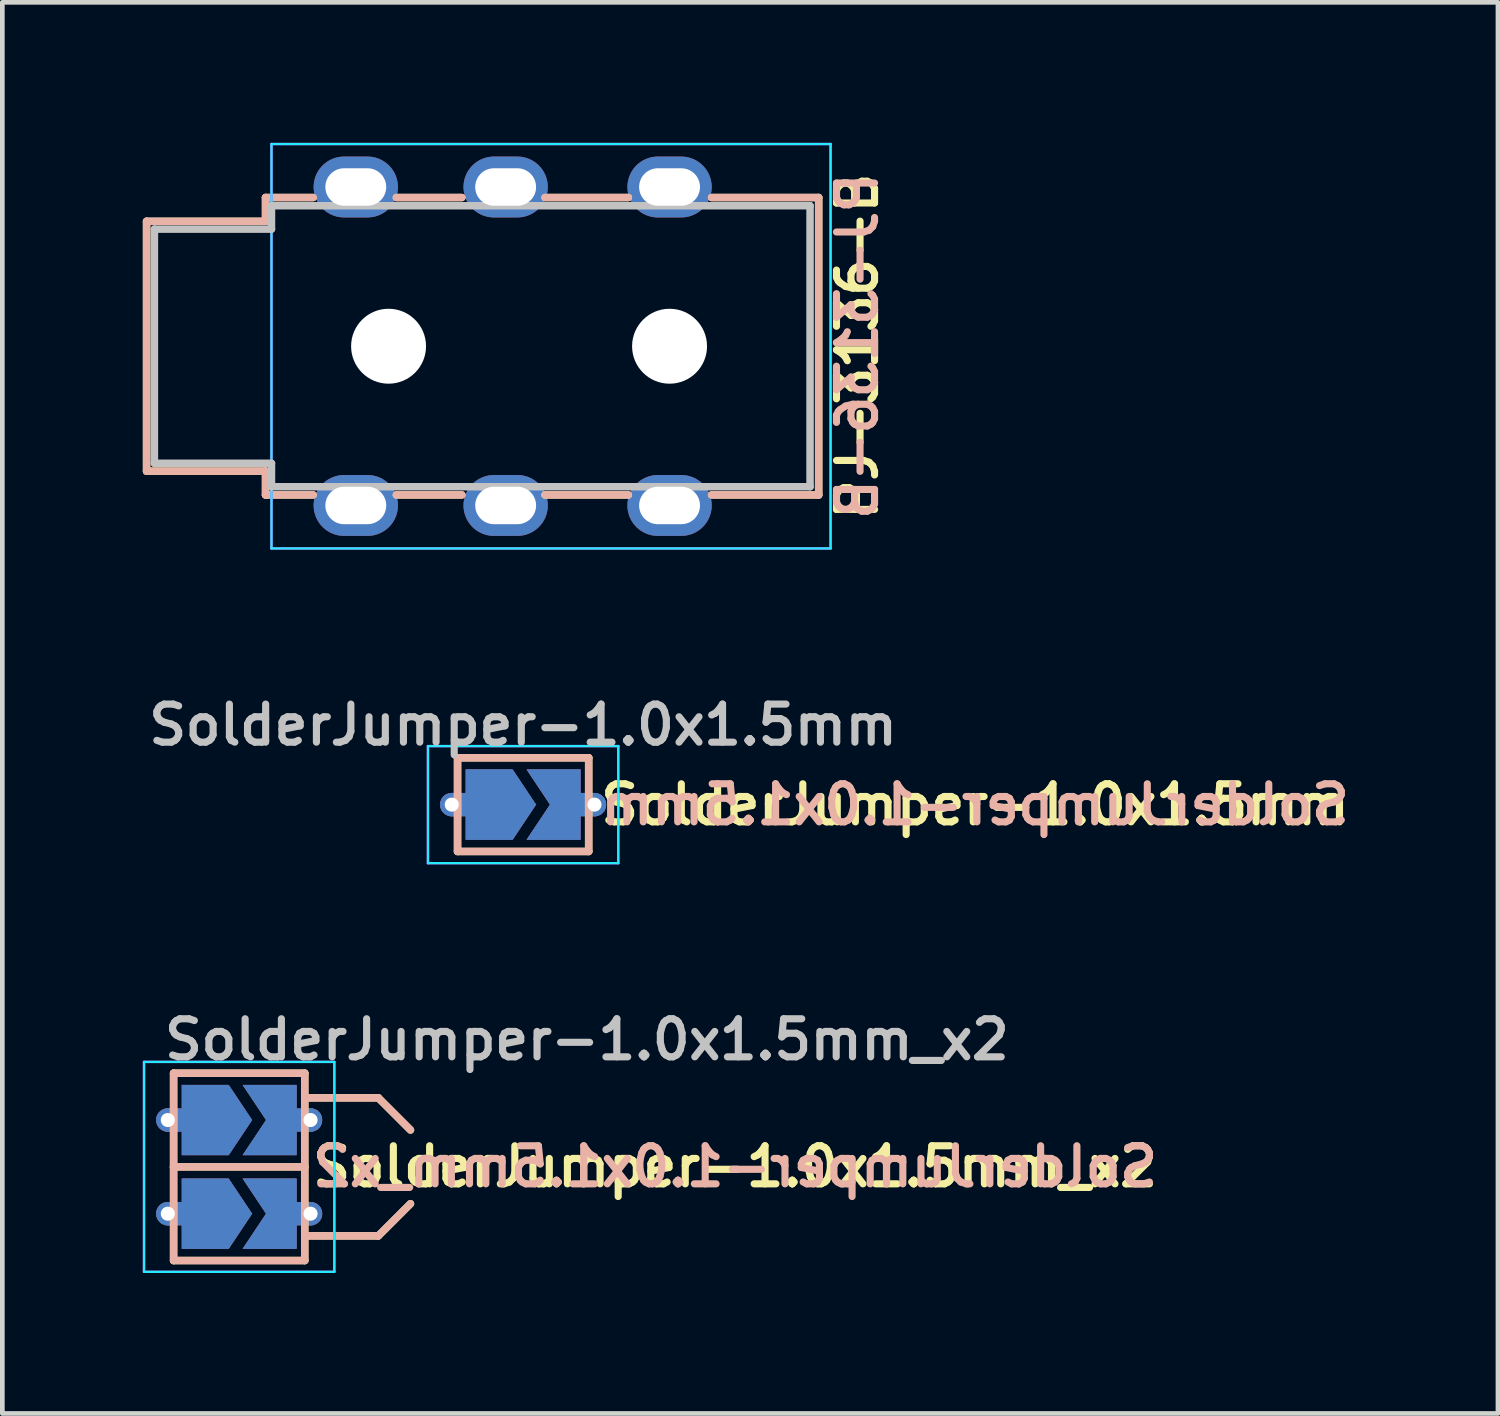
<source format=kicad_pcb>
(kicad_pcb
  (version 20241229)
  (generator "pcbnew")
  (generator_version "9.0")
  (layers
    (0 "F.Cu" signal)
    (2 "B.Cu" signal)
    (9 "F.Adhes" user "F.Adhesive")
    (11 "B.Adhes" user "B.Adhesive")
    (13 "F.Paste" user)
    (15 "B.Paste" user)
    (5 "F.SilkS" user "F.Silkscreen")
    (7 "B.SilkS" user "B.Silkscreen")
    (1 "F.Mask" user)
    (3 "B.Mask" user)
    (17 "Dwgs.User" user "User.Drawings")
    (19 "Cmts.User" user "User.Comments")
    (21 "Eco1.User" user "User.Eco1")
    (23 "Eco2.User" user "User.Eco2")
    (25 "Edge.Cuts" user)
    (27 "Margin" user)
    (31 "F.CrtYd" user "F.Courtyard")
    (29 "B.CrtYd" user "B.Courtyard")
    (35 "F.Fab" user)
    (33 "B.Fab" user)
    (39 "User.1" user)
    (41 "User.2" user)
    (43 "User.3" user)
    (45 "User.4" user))
  (footprint "SolderJumper-1.0x1.5mm_x2"
    (layer "F.Cu")
    (at 2.057 21.866)
    (property "Reference" "SolderJumper-1.0x1.5mm_x2" (at -1.676 -2.718 0) (layer "Dwgs.User") (effects (font (size 0.813 0.813) (thickness 0.152)) (justify left)))
    (property "Value" "SolderJumper-1.0x1.5mm_x2" (at 0 0 0) (layer "F.Fab") (hide yes) (effects (font (size 0.813 0.813) (thickness 0.152))))
    (attr exclude_from_pos_files exclude_from_bom)
    (fp_line (start -1.4 -2) (end 1.4 -2) (stroke (width 0.16) (type solid)) (layer "F.SilkS"))
    (fp_line (start -1.4 0) (end -1.4 -2) (stroke (width 0.16) (type solid)) (layer "F.SilkS"))
    (fp_line (start -1.4 0) (end 1.4 0) (stroke (width 0.16) (type solid)) (layer "F.SilkS"))
    (fp_line (start -1.4 2) (end -1.4 0) (stroke (width 0.16) (type solid)) (layer "F.SilkS"))
    (fp_line (start 1.4 -2) (end 1.4 0) (stroke (width 0.16) (type solid)) (layer "F.SilkS"))
    (fp_line (start 1.4 0) (end 1.4 2) (stroke (width 0.16) (type solid)) (layer "F.SilkS"))
    (fp_line (start 1.4 2) (end -1.4 2) (stroke (width 0.16) (type solid)) (layer "F.SilkS"))
    (fp_line (start 1.422 -1.473) (end 2.972 -1.473) (stroke (width 0.16) (type solid)) (layer "F.SilkS"))
    (fp_line (start 1.422 1.473) (end 2.972 1.473) (stroke (width 0.16) (type solid)) (layer "F.SilkS"))
    (fp_line (start 2.972 -1.473) (end 3.658 -0.787) (stroke (width 0.16) (type solid)) (layer "F.SilkS"))
    (fp_line (start 2.972 1.473) (end 3.658 0.787) (stroke (width 0.16) (type solid)) (layer "F.SilkS"))
    (fp_line (start -1.4 -2) (end 1.4 -2) (stroke (width 0.16) (type solid)) (layer "B.SilkS"))
    (fp_line (start -1.4 0) (end -1.4 -2) (stroke (width 0.16) (type solid)) (layer "B.SilkS"))
    (fp_line (start -1.4 0) (end 1.4 0) (stroke (width 0.16) (type solid)) (layer "B.SilkS"))
    (fp_line (start -1.4 2) (end -1.4 0) (stroke (width 0.16) (type solid)) (layer "B.SilkS"))
    (fp_line (start 1.4 -2) (end 1.4 0) (stroke (width 0.16) (type solid)) (layer "B.SilkS"))
    (fp_line (start 1.4 0) (end 1.4 2) (stroke (width 0.16) (type solid)) (layer "B.SilkS"))
    (fp_line (start 1.4 2) (end -1.4 2) (stroke (width 0.16) (type solid)) (layer "B.SilkS"))
    (fp_line (start 1.422 -1.473) (end 2.972 -1.473) (stroke (width 0.16) (type solid)) (layer "B.SilkS"))
    (fp_line (start 1.422 1.473) (end 2.972 1.473) (stroke (width 0.16) (type solid)) (layer "B.SilkS"))
    (fp_line (start 2.972 -1.473) (end 3.658 -0.787) (stroke (width 0.16) (type solid)) (layer "B.SilkS"))
    (fp_line (start 2.972 1.473) (end 3.658 0.787) (stroke (width 0.16) (type solid)) (layer "B.SilkS"))
    (fp_line (start -2.032 -2.241) (end -2.032 2.241) (stroke (width 0.05) (type solid)) (layer "B.CrtYd"))
    (fp_line (start -2.032 -2.241) (end 2.032 -2.241) (stroke (width 0.05) (type solid)) (layer "B.CrtYd"))
    (fp_line (start 2.032 2.241) (end -2.032 2.241) (stroke (width 0.05) (type solid)) (layer "B.CrtYd"))
    (fp_line (start 2.032 2.241) (end 2.032 -2.241) (stroke (width 0.05) (type solid)) (layer "B.CrtYd"))
    (fp_line (start -2.032 -2.241) (end -2.032 2.241) (stroke (width 0.05) (type solid)) (layer "F.CrtYd"))
    (fp_line (start -2.032 -2.241) (end 2.032 -2.241) (stroke (width 0.05) (type solid)) (layer "F.CrtYd"))
    (fp_line (start 2.032 2.241) (end -2.032 2.241) (stroke (width 0.05) (type solid)) (layer "F.CrtYd"))
    (fp_line (start 2.032 2.241) (end 2.032 -2.241) (stroke (width 0.05) (type solid)) (layer "F.CrtYd"))
    (fp_text user "${VALUE}" (at 1.489 -0.006 0) (layer "F.SilkS") (effects (font (size 0.813 0.813) (thickness 0.152)) (justify left)))
    (fp_text user "${VALUE}" (at 1.489 -0.006 0) (layer "B.SilkS") (effects (font (size 0.813 0.813) (thickness 0.152)) (justify right mirror)))
    (pad "1" thru_hole circle (at -1.524 -1) (size 0.5 0.5) (drill 0.3) (layers "*.Cu"))
    (pad "1" smd custom (at -0.725 -1) (size 0.01 0.01) (layers "F.Cu") (options (anchor rect)) (primitives (gr_poly (pts (xy -0.5 -0.75) (xy 0.5 -0.75) (xy 1 0) (xy 0.5 0.75) (xy -0.5 0.75)) (width 0) (fill yes)) (gr_line (start -0.799 0) (end -0.037 0) (width 0.5))))
    (pad "1" smd custom (at -0.725 -1) (size 0.01 0.01) (layers "F.Cu" "F.Mask") (options (anchor rect)) (primitives (gr_poly (pts (xy -0.5 -0.75) (xy 0.5 -0.75) (xy 1 0) (xy 0.5 0.75) (xy -0.5 0.75)) (width 0) (fill yes))))
    (pad "1" smd custom (at -0.725 -1) (size 0.01 0.01) (layers "B.Cu") (options (anchor rect)) (primitives (gr_poly (pts (xy -0.5 -0.75) (xy 0.5 -0.75) (xy 1 0) (xy 0.5 0.75) (xy -0.5 0.75)) (width 0) (fill yes)) (gr_line (start -0.799 0) (end -0.037 0) (width 0.5))))
    (pad "1" smd custom (at -0.725 -1) (size 0.01 0.01) (layers "B.Cu" "B.Mask") (options (anchor rect)) (primitives (gr_poly (pts (xy -0.5 -0.75) (xy 0.5 -0.75) (xy 1 0) (xy 0.5 0.75) (xy -0.5 0.75)) (width 0) (fill yes))))
    (pad "2" smd custom (at 0.725 -1) (size 0.01 0.01) (layers "F.Cu") (options (anchor rect)) (primitives (gr_poly (pts (xy -0.65 -0.75) (xy 0.5 -0.75) (xy 0.5 0.75) (xy -0.65 0.75) (xy -0.15 0)) (width 0) (fill yes)) (gr_line (start 0.799 0) (end 0.291 0) (width 0.5))))
    (pad "2" smd custom (at 0.725 -1) (size 0.01 0.01) (layers "F.Cu" "F.Mask") (options (anchor rect)) (primitives (gr_poly (pts (xy -0.65 -0.75) (xy 0.5 -0.75) (xy 0.5 0.75) (xy -0.65 0.75) (xy -0.15 0)) (width 0) (fill yes))))
    (pad "2" smd custom (at 0.725 -1) (size 0.01 0.01) (layers "B.Cu") (options (anchor rect)) (primitives (gr_poly (pts (xy -0.65 -0.75) (xy 0.5 -0.75) (xy 0.5 0.75) (xy -0.65 0.75) (xy -0.15 0)) (width 0) (fill yes)) (gr_line (start 0.799 0) (end 0.291 0) (width 0.5))))
    (pad "2" smd custom (at 0.725 -1) (size 0.01 0.01) (layers "B.Cu" "B.Mask") (options (anchor rect)) (primitives (gr_poly (pts (xy -0.65 -0.75) (xy 0.5 -0.75) (xy 0.5 0.75) (xy -0.65 0.75) (xy -0.15 0)) (width 0) (fill yes))))
    (pad "2" thru_hole circle (at 1.524 -1) (size 0.5 0.5) (drill 0.3) (layers "*.Cu"))
    (pad "3" thru_hole circle (at -1.524 1) (size 0.5 0.5) (drill 0.3) (layers "*.Cu"))
    (pad "3" smd custom (at -0.725 1) (size 0.01 0.01) (layers "F.Cu") (options (anchor rect)) (primitives (gr_poly (pts (xy -0.5 -0.75) (xy 0.5 -0.75) (xy 1 0) (xy 0.5 0.75) (xy -0.5 0.75)) (width 0) (fill yes)) (gr_line (start -0.799 0) (end -0.037 0) (width 0.5))))
    (pad "3" smd custom (at -0.725 1) (size 0.01 0.01) (layers "F.Cu" "F.Mask") (options (anchor rect)) (primitives (gr_poly (pts (xy -0.5 -0.75) (xy 0.5 -0.75) (xy 1 0) (xy 0.5 0.75) (xy -0.5 0.75)) (width 0) (fill yes))))
    (pad "3" smd custom (at -0.725 1) (size 0.01 0.01) (layers "B.Cu") (options (anchor rect)) (primitives (gr_poly (pts (xy -0.5 -0.75) (xy 0.5 -0.75) (xy 1 0) (xy 0.5 0.75) (xy -0.5 0.75)) (width 0) (fill yes)) (gr_line (start -0.799 0) (end -0.037 0) (width 0.5))))
    (pad "3" smd custom (at -0.725 1) (size 0.01 0.01) (layers "B.Cu" "B.Mask") (options (anchor rect)) (primitives (gr_poly (pts (xy -0.5 -0.75) (xy 0.5 -0.75) (xy 1 0) (xy 0.5 0.75) (xy -0.5 0.75)) (width 0) (fill yes))))
    (pad "4" smd custom (at 0.725 1) (size 0.01 0.01) (layers "F.Cu") (options (anchor rect)) (primitives (gr_poly (pts (xy -0.65 -0.75) (xy 0.5 -0.75) (xy 0.5 0.75) (xy -0.65 0.75) (xy -0.15 0)) (width 0) (fill yes)) (gr_line (start 0.799 0) (end 0.291 0) (width 0.5))))
    (pad "4" smd custom (at 0.725 1) (size 0.01 0.01) (layers "F.Cu" "F.Mask") (options (anchor rect)) (primitives (gr_poly (pts (xy -0.65 -0.75) (xy 0.5 -0.75) (xy 0.5 0.75) (xy -0.65 0.75) (xy -0.15 0)) (width 0) (fill yes))))
    (pad "4" smd custom (at 0.725 1) (size 0.01 0.01) (layers "B.Cu") (options (anchor rect)) (primitives (gr_poly (pts (xy -0.65 -0.75) (xy 0.5 -0.75) (xy 0.5 0.75) (xy -0.65 0.75) (xy -0.15 0)) (width 0) (fill yes)) (gr_line (start 0.799 0) (end 0.291 0) (width 0.5))))
    (pad "4" smd custom (at 0.725 1) (size 0.01 0.01) (layers "B.Cu" "B.Mask") (options (anchor rect)) (primitives (gr_poly (pts (xy -0.65 -0.75) (xy 0.5 -0.75) (xy 0.5 0.75) (xy -0.65 0.75) (xy -0.15 0)) (width 0) (fill yes))))
    (pad "4" thru_hole circle (at 1.524 1) (size 0.5 0.5) (drill 0.3) (layers "*.Cu")))
  (footprint "PJ-3136-B"
    (layer "F.Cu")
    (at 2.747 4.343)
    (property "Reference" "PJ-3136-B" (at 12.509 0 90) (layer "F.SilkS") (effects (font (size 0.813 0.813) (thickness 0.152))))
    (attr through_hole)
    (fp_line (start -2.667 -2.667) (end -0.127 -2.667) (stroke (width 0.16) (type solid)) (layer "F.SilkS"))
    (fp_line (start -2.667 2.667) (end -2.667 -2.667) (stroke (width 0.16) (type solid)) (layer "F.SilkS"))
    (fp_line (start -0.127 -3.175) (end 0.889 -3.175) (stroke (width 0.16) (type solid)) (layer "F.SilkS"))
    (fp_line (start -0.127 -2.667) (end -0.127 -3.175) (stroke (width 0.16) (type solid)) (layer "F.SilkS"))
    (fp_line (start -0.127 2.667) (end -2.667 2.667) (stroke (width 0.16) (type solid)) (layer "F.SilkS"))
    (fp_line (start -0.127 3.175) (end -0.127 2.667) (stroke (width 0.16) (type solid)) (layer "F.SilkS"))
    (fp_line (start 0.889 3.175) (end -0.127 3.175) (stroke (width 0.16) (type solid)) (layer "F.SilkS"))
    (fp_line (start 2.667 -3.175) (end 4.064 -3.175) (stroke (width 0.16) (type solid)) (layer "F.SilkS"))
    (fp_line (start 4.064 3.175) (end 2.667 3.175) (stroke (width 0.16) (type solid)) (layer "F.SilkS"))
    (fp_line (start 5.842 -3.175) (end 7.62 -3.175) (stroke (width 0.16) (type solid)) (layer "F.SilkS"))
    (fp_line (start 7.62 3.175) (end 5.842 3.175) (stroke (width 0.16) (type solid)) (layer "F.SilkS"))
    (fp_line (start 9.398 -3.175) (end 11.684 -3.175) (stroke (width 0.16) (type solid)) (layer "F.SilkS"))
    (fp_line (start 11.684 -3.175) (end 11.684 3.175) (stroke (width 0.16) (type solid)) (layer "F.SilkS"))
    (fp_line (start 11.684 3.175) (end 9.398 3.175) (stroke (width 0.16) (type solid)) (layer "F.SilkS"))
    (fp_line (start -2.667 -2.667) (end -2.667 2.667) (stroke (width 0.16) (type solid)) (layer "B.SilkS"))
    (fp_line (start -2.667 2.667) (end -0.127 2.667) (stroke (width 0.16) (type solid)) (layer "B.SilkS"))
    (fp_line (start -0.127 -3.175) (end -0.127 -2.667) (stroke (width 0.16) (type solid)) (layer "B.SilkS"))
    (fp_line (start -0.127 -2.667) (end -2.667 -2.667) (stroke (width 0.16) (type solid)) (layer "B.SilkS"))
    (fp_line (start -0.127 2.667) (end -0.127 3.175) (stroke (width 0.16) (type solid)) (layer "B.SilkS"))
    (fp_line (start -0.127 3.175) (end 0.889 3.175) (stroke (width 0.16) (type solid)) (layer "B.SilkS"))
    (fp_line (start 0.889 -3.175) (end -0.127 -3.175) (stroke (width 0.16) (type solid)) (layer "B.SilkS"))
    (fp_line (start 2.667 3.175) (end 4.064 3.175) (stroke (width 0.16) (type solid)) (layer "B.SilkS"))
    (fp_line (start 4.064 -3.175) (end 2.667 -3.175) (stroke (width 0.16) (type solid)) (layer "B.SilkS"))
    (fp_line (start 5.842 3.175) (end 7.62 3.175) (stroke (width 0.16) (type solid)) (layer "B.SilkS"))
    (fp_line (start 7.62 -3.175) (end 5.842 -3.175) (stroke (width 0.16) (type solid)) (layer "B.SilkS"))
    (fp_line (start 9.398 3.175) (end 11.684 3.175) (stroke (width 0.16) (type solid)) (layer "B.SilkS"))
    (fp_line (start 11.684 -3.175) (end 9.398 -3.175) (stroke (width 0.16) (type solid)) (layer "B.SilkS"))
    (fp_line (start 11.684 3.175) (end 11.684 -3.175) (stroke (width 0.16) (type solid)) (layer "B.SilkS"))
    (fp_line (start -2.5 -2.5) (end -2.5 2.5) (stroke (width 0.16) (type solid)) (layer "Dwgs.User"))
    (fp_line (start 0 -3) (end 0 -2.5) (stroke (width 0.16) (type solid)) (layer "Dwgs.User"))
    (fp_line (start 0 -3) (end 11.5 -3) (stroke (width 0.16) (type solid)) (layer "Dwgs.User"))
    (fp_line (start 0 -2.5) (end -2.5 -2.5) (stroke (width 0.16) (type solid)) (layer "Dwgs.User"))
    (fp_line (start 0 2.5) (end -2.5 2.5) (stroke (width 0.16) (type solid)) (layer "Dwgs.User"))
    (fp_line (start 0 2.5) (end 0 3) (stroke (width 0.16) (type solid)) (layer "Dwgs.User"))
    (fp_line (start 0 3) (end 11.5 3) (stroke (width 0.16) (type solid)) (layer "Dwgs.User"))
    (fp_line (start 11.5 -3) (end 11.5 3) (stroke (width 0.16) (type solid)) (layer "Dwgs.User"))
    (fp_line (start 0 -4.318) (end 11.938 -4.318) (stroke (width 0.05) (type solid)) (layer "B.CrtYd"))
    (fp_line (start 0 4.318) (end 0 -4.318) (stroke (width 0.05) (type solid)) (layer "B.CrtYd"))
    (fp_line (start 11.938 -4.318) (end 11.938 4.318) (stroke (width 0.05) (type solid)) (layer "B.CrtYd"))
    (fp_line (start 11.938 4.318) (end 0 4.318) (stroke (width 0.05) (type solid)) (layer "B.CrtYd"))
    (fp_line (start 0 -4.318) (end 11.938 -4.318) (stroke (width 0.05) (type solid)) (layer "F.CrtYd"))
    (fp_line (start 0 4.318) (end 0 -4.318) (stroke (width 0.05) (type solid)) (layer "F.CrtYd"))
    (fp_line (start 11.938 -4.318) (end 11.938 4.318) (stroke (width 0.05) (type solid)) (layer "F.CrtYd"))
    (fp_line (start 11.938 4.318) (end 0 4.318) (stroke (width 0.05) (type solid)) (layer "F.CrtYd"))
    (fp_text user "${REFERENCE}" (at 12.509 0 90) (layer "B.SilkS") (effects (font (size 0.813 0.813) (thickness 0.152)) (justify mirror)))
    (pad "" np_thru_hole circle (at 2.5 0) (size 1.6 1.6) (drill 1.6) (layers "*.Cu" "*.Mask"))
    (pad "" np_thru_hole circle (at 8.5 0) (size 1.6 1.6) (drill 1.6) (layers "*.Cu" "*.Mask"))
    (pad "R" thru_hole oval (at 5 -3.4) (size 1.8 1.3) (drill oval 1.3 0.8) (layers "*.Cu" "*.Mask"))
    (pad "R" thru_hole oval (at 5 3.4) (size 1.8 1.3) (drill oval 1.3 0.8) (layers "*.Cu" "*.Mask"))
    (pad "S" thru_hole oval (at 1.8 -3.4) (size 1.8 1.3) (drill oval 1.3 0.8) (layers "*.Cu" "*.Mask"))
    (pad "S" thru_hole oval (at 1.8 3.4) (size 1.8 1.3) (drill oval 1.3 0.8) (layers "*.Cu" "*.Mask"))
    (pad "T" thru_hole oval (at 8.5 -3.4) (size 1.8 1.3) (drill oval 1.3 0.8) (layers "*.Cu" "*.Mask"))
    (pad "T" thru_hole oval (at 8.5 3.4) (size 1.8 1.3) (drill oval 1.3 0.8) (layers "*.Cu" "*.Mask")))
  (footprint "SolderJumper-1.0x1.5mm"
    (layer "F.Cu")
    (at 8.12 14.131)
    (property "Reference" "SolderJumper-1.0x1.5mm" (at 0 -1.702 0) (layer "Dwgs.User") (effects (font (size 0.813 0.813) (thickness 0.152))))
    (property "Value" "SolderJumper-1.0x1.5mm" (at 0 2.381 0) (layer "F.Fab") (hide yes) (effects (font (size 0.813 0.813) (thickness 0.152))))
    (attr exclude_from_pos_files exclude_from_bom)
    (fp_line (start -1.4 -1) (end 1.4 -1) (stroke (width 0.16) (type solid)) (layer "F.SilkS"))
    (fp_line (start -1.4 1) (end -1.4 -1) (stroke (width 0.16) (type solid)) (layer "F.SilkS"))
    (fp_line (start 1.4 -1) (end 1.4 1) (stroke (width 0.16) (type solid)) (layer "F.SilkS"))
    (fp_line (start 1.4 1) (end -1.4 1) (stroke (width 0.16) (type solid)) (layer "F.SilkS"))
    (fp_line (start -1.4 -1) (end 1.4 -1) (stroke (width 0.16) (type solid)) (layer "B.SilkS"))
    (fp_line (start -1.4 1) (end -1.4 -1) (stroke (width 0.16) (type solid)) (layer "B.SilkS"))
    (fp_line (start 1.4 -1) (end 1.4 1) (stroke (width 0.16) (type solid)) (layer "B.SilkS"))
    (fp_line (start 1.4 1) (end -1.4 1) (stroke (width 0.16) (type solid)) (layer "B.SilkS"))
    (fp_line (start -2.032 -1.25) (end -2.032 1.25) (stroke (width 0.05) (type solid)) (layer "B.CrtYd"))
    (fp_line (start -2.032 -1.25) (end 2.032 -1.25) (stroke (width 0.05) (type solid)) (layer "B.CrtYd"))
    (fp_line (start 2.032 1.25) (end -2.032 1.25) (stroke (width 0.05) (type solid)) (layer "B.CrtYd"))
    (fp_line (start 2.032 1.25) (end 2.032 -1.25) (stroke (width 0.05) (type solid)) (layer "B.CrtYd"))
    (fp_line (start -2.032 -1.25) (end -2.032 1.25) (stroke (width 0.05) (type solid)) (layer "F.CrtYd"))
    (fp_line (start -2.032 -1.25) (end 2.032 -1.25) (stroke (width 0.05) (type solid)) (layer "F.CrtYd"))
    (fp_line (start 2.032 1.25) (end -2.032 1.25) (stroke (width 0.05) (type solid)) (layer "F.CrtYd"))
    (fp_line (start 2.032 1.25) (end 2.032 -1.25) (stroke (width 0.05) (type solid)) (layer "F.CrtYd"))
    (fp_text user "${VALUE}" (at 1.575 0 0) (layer "F.SilkS") (effects (font (size 0.813 0.813) (thickness 0.152)) (justify left)))
    (fp_text user "${VALUE}" (at 1.575 0 0) (layer "B.SilkS") (effects (font (size 0.813 0.813) (thickness 0.152)) (justify right mirror)))
    (pad "1" thru_hole circle (at -1.524 0) (size 0.5 0.5) (drill 0.3) (layers "*.Cu"))
    (pad "1" smd custom (at -0.725 0) (size 0.01 0.01) (layers "F.Cu") (options (anchor rect)) (primitives (gr_poly (pts (xy -0.5 -0.75) (xy 0.5 -0.75) (xy 1 0) (xy 0.5 0.75) (xy -0.5 0.75)) (width 0) (fill yes)) (gr_line (start -0.799 0) (end -0.037 0) (width 0.5))))
    (pad "1" smd custom (at -0.725 0) (size 0.01 0.01) (layers "F.Cu" "F.Mask") (options (anchor rect)) (primitives (gr_poly (pts (xy -0.5 -0.75) (xy 0.5 -0.75) (xy 1 0) (xy 0.5 0.75) (xy -0.5 0.75)) (width 0) (fill yes))))
    (pad "1" smd custom (at -0.725 0) (size 0.01 0.01) (layers "B.Cu") (options (anchor rect)) (primitives (gr_poly (pts (xy -0.5 -0.75) (xy 0.5 -0.75) (xy 1 0) (xy 0.5 0.75) (xy -0.5 0.75)) (width 0) (fill yes)) (gr_line (start -0.799 0) (end -0.037 0) (width 0.5))))
    (pad "1" smd custom (at -0.725 0) (size 0.01 0.01) (layers "B.Cu" "B.Mask") (options (anchor rect)) (primitives (gr_poly (pts (xy -0.5 -0.75) (xy 0.5 -0.75) (xy 1 0) (xy 0.5 0.75) (xy -0.5 0.75)) (width 0) (fill yes))))
    (pad "2" smd custom (at 0.725 0) (size 0.01 0.01) (layers "F.Cu") (options (anchor rect)) (primitives (gr_poly (pts (xy -0.65 -0.75) (xy 0.5 -0.75) (xy 0.5 0.75) (xy -0.65 0.75) (xy -0.15 0)) (width 0) (fill yes)) (gr_line (start 0.799 0) (end 0.291 0) (width 0.5))))
    (pad "2" smd custom (at 0.725 0) (size 0.01 0.01) (layers "F.Cu" "F.Mask") (options (anchor rect)) (primitives (gr_poly (pts (xy -0.65 -0.75) (xy 0.5 -0.75) (xy 0.5 0.75) (xy -0.65 0.75) (xy -0.15 0)) (width 0) (fill yes))))
    (pad "2" smd custom (at 0.725 0) (size 0.01 0.01) (layers "B.Cu") (options (anchor rect)) (primitives (gr_poly (pts (xy -0.65 -0.75) (xy 0.5 -0.75) (xy 0.5 0.75) (xy -0.65 0.75) (xy -0.15 0)) (width 0) (fill yes)) (gr_line (start 0.799 0) (end 0.291 0) (width 0.5))))
    (pad "2" smd custom (at 0.725 0) (size 0.01 0.01) (layers "B.Cu" "B.Mask") (options (anchor rect)) (primitives (gr_poly (pts (xy -0.65 -0.75) (xy 0.5 -0.75) (xy 0.5 0.75) (xy -0.65 0.75) (xy -0.15 0)) (width 0) (fill yes))))
    (pad "2" thru_hole circle (at 1.524 0) (size 0.5 0.5) (drill 0.3) (layers "*.Cu")))
  (gr_rect
    (start -3 -3)
    (end 28.936 27.132)
    (stroke (width 0.1) (type default))
    (fill no)
    (layer "Edge.Cuts")))
</source>
